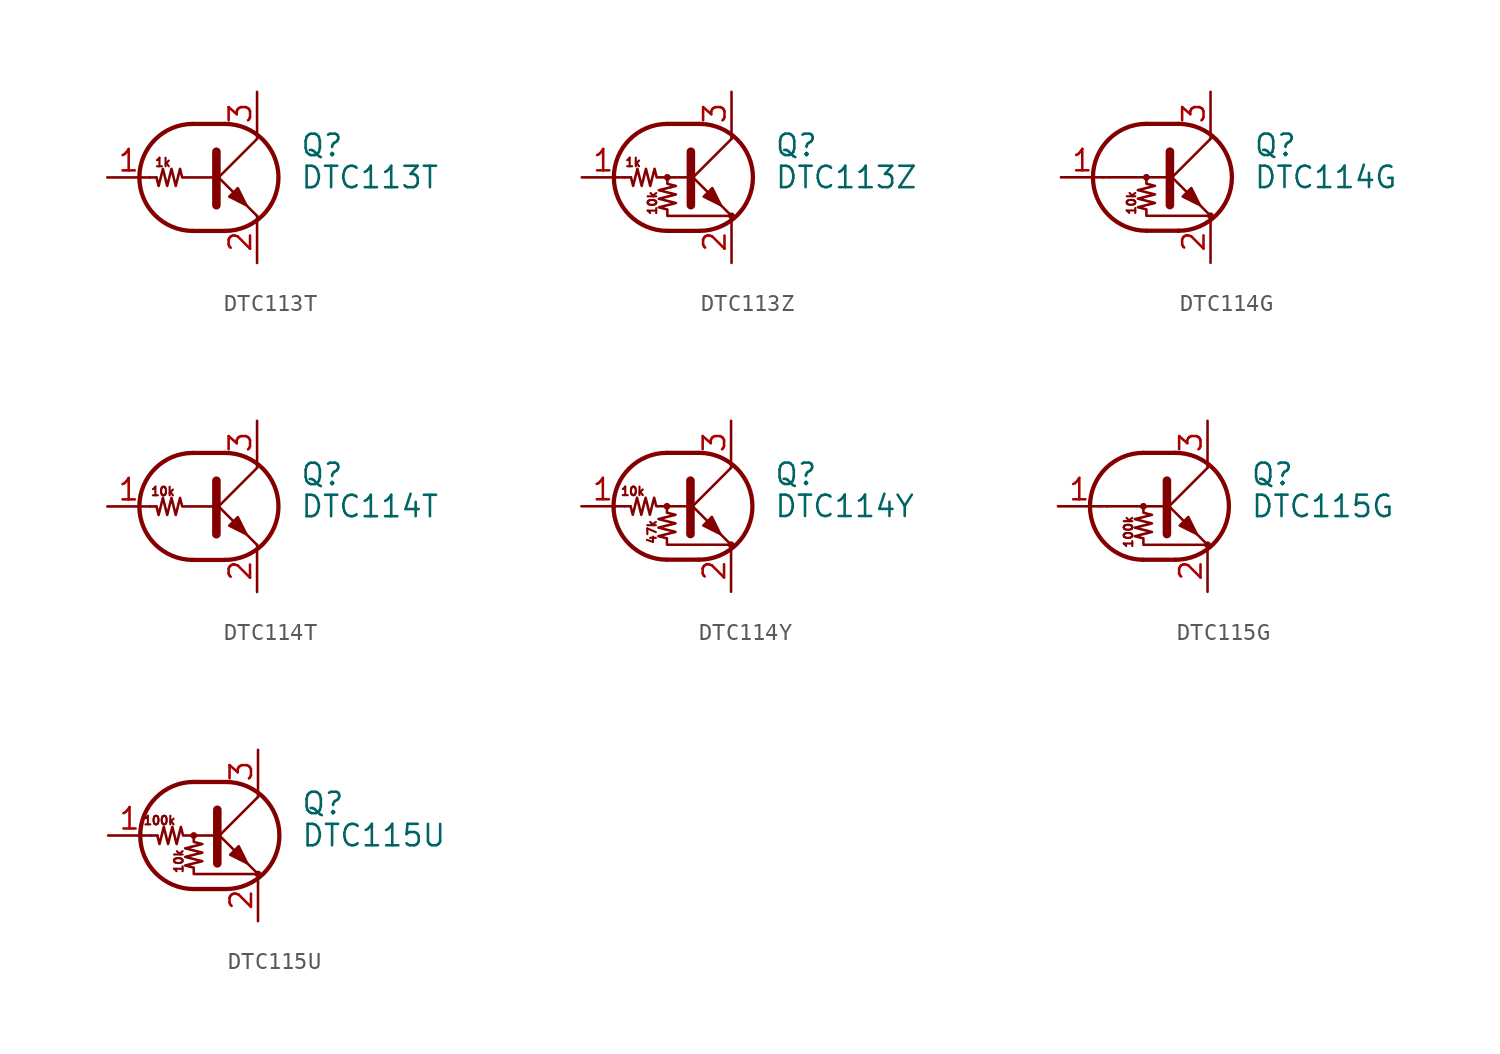
<source format=kicad_sym>
(kicad_symbol_lib
  (version 20241209)
  (generator "kicad_symbol_editor")
  (generator_version "9.0")
  (symbol "DTC113T"
    (pin_names
      (offset 0)
      (hide yes))
    (property "Reference" "Q"
      (at 5.08 1.905 0)
      (effects (font (size 1.27 1.27)) (justify left)))
    (property "Value" "DTC113T"
      (at 5.08 0 0)
      (effects (font (size 1.27 1.27)) (justify left)))
    (symbol "DTC113T_0_0"
      (polyline (pts (xy 2.54 -2.286) (xy 2.54 -2.54)) (stroke (width 0) (type default)) (fill (type none)))
      (text "1k" (at -3.048 0.889 0) (effects (font (size 0.508 0.508)))))
    (symbol "DTC113T_0_1"
      (polyline (pts (xy -3.429 0) (xy -3.81 0)) (stroke (width 0) (type default)) (fill (type none)))
      (polyline (pts (xy -1.27 3.175) (xy 0.635 3.175)) (stroke (width 0.254) (type default)) (fill (type none)))
      (polyline (pts (xy -1.27 -3.175) (xy 0.635 -3.175)) (stroke (width 0.254) (type default)) (fill (type none)))
      (arc (start -1.27 -3.175) (mid -4.4312 0) (end -1.27 3.175) (stroke (width 0.254) (type default)) (fill (type none)))
      (polyline (pts (xy 0 0) (xy -1.905 0) (xy -2.032 0.508) (xy -2.286 -0.508) (xy -2.54 0.508) (xy -2.794 -0.508) (xy -3.048 0.508) (xy -3.302 -0.508) (xy -3.429 0)) (stroke (width 0) (type default)) (fill (type none)))
      (polyline (pts (xy 0 -0.254) (xy 2.54 2.286)) (stroke (width 0) (type default)) (fill (type none)))
      (polyline (pts (xy 0.127 1.524) (xy 0.127 -1.651)) (stroke (width 0.508) (type default)) (fill (type outline)))
      (arc (start 0.635 3.175) (mid 3.7962 0) (end 0.635 -3.175) (stroke (width 0.254) (type default)) (fill (type none)))
      (polyline (pts (xy 0.889 -1.143) (xy 1.397 -0.635) (xy 1.905 -1.651) (xy 0.889 -1.143)) (stroke (width 0) (type default)) (fill (type outline)))
      (polyline (pts (xy 2.54 2.286) (xy 2.54 2.54)) (stroke (width 0) (type default)) (fill (type none)))
      (polyline (pts (xy 2.54 -2.286) (xy 0 0.254) (xy 0 0.254)) (stroke (width 0) (type default)) (fill (type none))))
    (symbol "DTC113T_1_1"
      (pin input line (at -6.35 0 0) (length 2.54) (name "B" (effects (font (size 1.27 1.27)))) (number "1" (effects (font (size 1.27 1.27)))))
      (pin passive line (at 2.54 5.08 270) (length 2.54) (name "C" (effects (font (size 1.27 1.27)))) (number "3" (effects (font (size 1.27 1.27)))))
      (pin passive line (at 2.54 -5.08 90) (length 2.54) (name "E" (effects (font (size 1.27 1.27)))) (number "2" (effects (font (size 1.27 1.27)))))))
  (symbol "DTC113Z"
    (pin_names
      (offset 0)
      (hide yes))
    (property "Reference" "Q"
      (at 5.08 1.905 0)
      (effects (font (size 1.27 1.27)) (justify left)))
    (property "Value" "DTC113Z"
      (at 5.08 0 0)
      (effects (font (size 1.27 1.27)) (justify left)))
    (symbol "DTC113Z_0_0"
      (text "1k" (at -3.302 0.889 0) (effects (font (size 0.508 0.508))))
      (text "10k" (at -2.159 -1.524 900) (effects (font (size 0.508 0.508)))))
    (symbol "DTC113Z_0_1"
      (polyline (pts (xy -3.429 0) (xy -3.81 0)) (stroke (width 0) (type default)) (fill (type none)))
      (polyline (pts (xy -1.27 3.175) (xy 0.635 3.175)) (stroke (width 0.254) (type default)) (fill (type none)))
      (circle (center -1.27 0) (radius 0.127) (stroke (width 0) (type default)) (fill (type none)))
      (polyline (pts (xy -1.27 0) (xy -1.27 -0.381) (xy -0.762 -0.508) (xy -1.778 -0.762) (xy -0.762 -1.016) (xy -1.778 -1.27) (xy -0.762 -1.524) (xy -1.778 -1.778) (xy -1.27 -1.905) (xy -1.27 -2.286) (xy 2.54 -2.286)) (stroke (width 0) (type default)) (fill (type none)))
      (polyline (pts (xy -1.27 -3.175) (xy 0.635 -3.175)) (stroke (width 0.254) (type default)) (fill (type none)))
      (arc (start -1.27 -3.175) (mid -4.4312 0) (end -1.27 3.175) (stroke (width 0.254) (type default)) (fill (type none)))
      (polyline (pts (xy 0 0) (xy -1.905 0) (xy -2.032 0.508) (xy -2.286 -0.508) (xy -2.54 0.508) (xy -2.794 -0.508) (xy -3.048 0.508) (xy -3.302 -0.508) (xy -3.429 0)) (stroke (width 0) (type default)) (fill (type none)))
      (polyline (pts (xy 0 -0.254) (xy 2.54 2.286)) (stroke (width 0) (type default)) (fill (type none)))
      (polyline (pts (xy 0.127 1.524) (xy 0.127 -1.651)) (stroke (width 0.508) (type default)) (fill (type outline)))
      (arc (start 0.635 3.175) (mid 3.7962 0) (end 0.635 -3.175) (stroke (width 0.254) (type default)) (fill (type none)))
      (polyline (pts (xy 0.889 -1.143) (xy 1.397 -0.635) (xy 1.905 -1.651) (xy 0.889 -1.143)) (stroke (width 0) (type default)) (fill (type outline)))
      (polyline (pts (xy 2.54 2.286) (xy 2.54 2.54)) (stroke (width 0) (type default)) (fill (type none)))
      (polyline (pts (xy 2.54 -2.286) (xy 0 0.254) (xy 0 0.254)) (stroke (width 0) (type default)) (fill (type none)))
      (circle (center 2.54 -2.286) (radius 0.127) (stroke (width 0) (type default)) (fill (type none))))
    (symbol "DTC113Z_1_1"
      (pin input line (at -6.35 0 0) (length 2.54) (name "B" (effects (font (size 1.27 1.27)))) (number "1" (effects (font (size 1.27 1.27)))))
      (pin passive line (at 2.54 5.08 270) (length 2.54) (name "C" (effects (font (size 1.27 1.27)))) (number "3" (effects (font (size 1.27 1.27)))))
      (pin passive line (at 2.54 -5.08 90) (length 2.54) (name "E" (effects (font (size 1.27 1.27)))) (number "2" (effects (font (size 1.27 1.27)))))))
  (symbol "DTC114G"
    (pin_names
      (offset 0)
      (hide yes))
    (property "Reference" "Q"
      (at 5.08 1.905 0)
      (effects (font (size 1.27 1.27)) (justify left)))
    (property "Value" "DTC114G"
      (at 5.08 0 0)
      (effects (font (size 1.27 1.27)) (justify left)))
    (symbol "DTC114G_0_0"
      (polyline (pts (xy -3.429 0) (xy 0 0)) (stroke (width 0) (type default)) (fill (type none)))
      (text "10k" (at -2.159 -1.524 900) (effects (font (size 0.508 0.508)))))
    (symbol "DTC114G_0_1"
      (polyline (pts (xy -3.429 0) (xy -3.81 0)) (stroke (width 0) (type default)) (fill (type none)))
      (polyline (pts (xy -1.27 3.175) (xy 0.635 3.175)) (stroke (width 0.254) (type default)) (fill (type none)))
      (circle (center -1.27 0) (radius 0.127) (stroke (width 0) (type default)) (fill (type none)))
      (polyline (pts (xy -1.27 0) (xy -1.27 -0.381) (xy -0.762 -0.508) (xy -1.778 -0.762) (xy -0.762 -1.016) (xy -1.778 -1.27) (xy -0.762 -1.524) (xy -1.778 -1.778) (xy -1.27 -1.905) (xy -1.27 -2.286) (xy 2.54 -2.286)) (stroke (width 0) (type default)) (fill (type none)))
      (polyline (pts (xy -1.27 -3.175) (xy 0.635 -3.175)) (stroke (width 0.254) (type default)) (fill (type none)))
      (arc (start -1.27 -3.175) (mid -4.4312 0) (end -1.27 3.175) (stroke (width 0.254) (type default)) (fill (type none)))
      (polyline (pts (xy 0 -0.254) (xy 2.54 2.286)) (stroke (width 0) (type default)) (fill (type none)))
      (polyline (pts (xy 0.127 1.524) (xy 0.127 -1.651)) (stroke (width 0.508) (type default)) (fill (type outline)))
      (arc (start 0.635 3.175) (mid 3.7962 0) (end 0.635 -3.175) (stroke (width 0.254) (type default)) (fill (type none)))
      (polyline (pts (xy 0.889 -1.143) (xy 1.397 -0.635) (xy 1.905 -1.651) (xy 0.889 -1.143)) (stroke (width 0) (type default)) (fill (type outline)))
      (polyline (pts (xy 2.54 2.286) (xy 2.54 2.54)) (stroke (width 0) (type default)) (fill (type none)))
      (polyline (pts (xy 2.54 -2.286) (xy 0 0.254) (xy 0 0.254)) (stroke (width 0) (type default)) (fill (type none)))
      (circle (center 2.54 -2.286) (radius 0.127) (stroke (width 0) (type default)) (fill (type none))))
    (symbol "DTC114G_1_1"
      (pin input line (at -6.35 0 0) (length 2.54) (name "B" (effects (font (size 1.27 1.27)))) (number "1" (effects (font (size 1.27 1.27)))))
      (pin passive line (at 2.54 5.08 270) (length 2.54) (name "C" (effects (font (size 1.27 1.27)))) (number "3" (effects (font (size 1.27 1.27)))))
      (pin passive line (at 2.54 -5.08 90) (length 2.54) (name "E" (effects (font (size 1.27 1.27)))) (number "2" (effects (font (size 1.27 1.27)))))))
  (symbol "DTC114T"
    (pin_names
      (offset 0)
      (hide yes))
    (property "Reference" "Q"
      (at 5.08 1.905 0)
      (effects (font (size 1.27 1.27)) (justify left)))
    (property "Value" "DTC114T"
      (at 5.08 0 0)
      (effects (font (size 1.27 1.27)) (justify left)))
    (symbol "DTC114T_0_0"
      (polyline (pts (xy 2.54 -2.286) (xy 2.54 -2.54)) (stroke (width 0) (type default)) (fill (type none)))
      (text "10k" (at -3.048 0.889 0) (effects (font (size 0.508 0.508)))))
    (symbol "DTC114T_0_1"
      (polyline (pts (xy -3.429 0) (xy -3.81 0)) (stroke (width 0) (type default)) (fill (type none)))
      (polyline (pts (xy -1.27 3.175) (xy 0.635 3.175)) (stroke (width 0.254) (type default)) (fill (type none)))
      (polyline (pts (xy -1.27 -3.175) (xy 0.635 -3.175)) (stroke (width 0.254) (type default)) (fill (type none)))
      (arc (start -1.27 -3.175) (mid -4.4312 0) (end -1.27 3.175) (stroke (width 0.254) (type default)) (fill (type none)))
      (polyline (pts (xy 0 0) (xy -1.905 0) (xy -2.032 0.508) (xy -2.286 -0.508) (xy -2.54 0.508) (xy -2.794 -0.508) (xy -3.048 0.508) (xy -3.302 -0.508) (xy -3.429 0)) (stroke (width 0) (type default)) (fill (type none)))
      (polyline (pts (xy 0 -0.254) (xy 2.54 2.286)) (stroke (width 0) (type default)) (fill (type none)))
      (polyline (pts (xy 0.127 1.524) (xy 0.127 -1.651)) (stroke (width 0.508) (type default)) (fill (type outline)))
      (arc (start 0.635 3.175) (mid 3.7962 0) (end 0.635 -3.175) (stroke (width 0.254) (type default)) (fill (type none)))
      (polyline (pts (xy 0.889 -1.143) (xy 1.397 -0.635) (xy 1.905 -1.651) (xy 0.889 -1.143)) (stroke (width 0) (type default)) (fill (type outline)))
      (polyline (pts (xy 2.54 2.286) (xy 2.54 2.54)) (stroke (width 0) (type default)) (fill (type none)))
      (polyline (pts (xy 2.54 -2.286) (xy 0 0.254) (xy 0 0.254)) (stroke (width 0) (type default)) (fill (type none))))
    (symbol "DTC114T_1_1"
      (pin input line (at -6.35 0 0) (length 2.54) (name "B" (effects (font (size 1.27 1.27)))) (number "1" (effects (font (size 1.27 1.27)))))
      (pin passive line (at 2.54 5.08 270) (length 2.54) (name "C" (effects (font (size 1.27 1.27)))) (number "3" (effects (font (size 1.27 1.27)))))
      (pin passive line (at 2.54 -5.08 90) (length 2.54) (name "E" (effects (font (size 1.27 1.27)))) (number "2" (effects (font (size 1.27 1.27)))))))
  (symbol "DTC114Y"
    (pin_names
      (offset 0)
      (hide yes))
    (property "Reference" "Q"
      (at 5.08 1.905 0)
      (effects (font (size 1.27 1.27)) (justify left)))
    (property "Value" "DTC114Y"
      (at 5.08 0 0)
      (effects (font (size 1.27 1.27)) (justify left)))
    (symbol "DTC114Y_0_0"
      (text "10k" (at -3.302 0.889 0) (effects (font (size 0.508 0.508))))
      (text "47k" (at -2.159 -1.524 900) (effects (font (size 0.508 0.508)))))
    (symbol "DTC114Y_0_1"
      (polyline (pts (xy -3.429 0) (xy -3.81 0)) (stroke (width 0) (type default)) (fill (type none)))
      (polyline (pts (xy -1.27 3.175) (xy 0.635 3.175)) (stroke (width 0.254) (type default)) (fill (type none)))
      (circle (center -1.27 0) (radius 0.127) (stroke (width 0) (type default)) (fill (type none)))
      (polyline (pts (xy -1.27 0) (xy -1.27 -0.381) (xy -0.762 -0.508) (xy -1.778 -0.762) (xy -0.762 -1.016) (xy -1.778 -1.27) (xy -0.762 -1.524) (xy -1.778 -1.778) (xy -1.27 -1.905) (xy -1.27 -2.286) (xy 2.54 -2.286)) (stroke (width 0) (type default)) (fill (type none)))
      (polyline (pts (xy -1.27 -3.175) (xy 0.635 -3.175)) (stroke (width 0.254) (type default)) (fill (type none)))
      (arc (start -1.27 -3.175) (mid -4.4312 0) (end -1.27 3.175) (stroke (width 0.254) (type default)) (fill (type none)))
      (polyline (pts (xy 0 0) (xy -1.905 0) (xy -2.032 0.508) (xy -2.286 -0.508) (xy -2.54 0.508) (xy -2.794 -0.508) (xy -3.048 0.508) (xy -3.302 -0.508) (xy -3.429 0)) (stroke (width 0) (type default)) (fill (type none)))
      (polyline (pts (xy 0 -0.254) (xy 2.54 2.286)) (stroke (width 0) (type default)) (fill (type none)))
      (polyline (pts (xy 0.127 1.524) (xy 0.127 -1.651)) (stroke (width 0.508) (type default)) (fill (type outline)))
      (arc (start 0.635 3.175) (mid 3.7962 0) (end 0.635 -3.175) (stroke (width 0.254) (type default)) (fill (type none)))
      (polyline (pts (xy 0.889 -1.143) (xy 1.397 -0.635) (xy 1.905 -1.651) (xy 0.889 -1.143)) (stroke (width 0) (type default)) (fill (type outline)))
      (polyline (pts (xy 2.54 2.286) (xy 2.54 2.54)) (stroke (width 0) (type default)) (fill (type none)))
      (polyline (pts (xy 2.54 -2.286) (xy 0 0.254) (xy 0 0.254)) (stroke (width 0) (type default)) (fill (type none)))
      (circle (center 2.54 -2.286) (radius 0.127) (stroke (width 0) (type default)) (fill (type none))))
    (symbol "DTC114Y_1_1"
      (pin input line (at -6.35 0 0) (length 2.54) (name "B" (effects (font (size 1.27 1.27)))) (number "1" (effects (font (size 1.27 1.27)))))
      (pin passive line (at 2.54 5.08 270) (length 2.54) (name "C" (effects (font (size 1.27 1.27)))) (number "3" (effects (font (size 1.27 1.27)))))
      (pin passive line (at 2.54 -5.08 90) (length 2.54) (name "E" (effects (font (size 1.27 1.27)))) (number "2" (effects (font (size 1.27 1.27)))))))
  (symbol "DTC115G"
    (pin_names
      (offset 0)
      (hide yes))
    (property "Reference" "Q"
      (at 5.08 1.905 0)
      (effects (font (size 1.27 1.27)) (justify left)))
    (property "Value" "DTC115G"
      (at 5.08 0 0)
      (effects (font (size 1.27 1.27)) (justify left)))
    (symbol "DTC115G_0_0"
      (polyline (pts (xy -3.429 0) (xy 0 0)) (stroke (width 0) (type default)) (fill (type none)))
      (text "100k" (at -2.159 -1.524 900) (effects (font (size 0.508 0.508)))))
    (symbol "DTC115G_0_1"
      (polyline (pts (xy -3.429 0) (xy -3.81 0)) (stroke (width 0) (type default)) (fill (type none)))
      (polyline (pts (xy -1.27 3.175) (xy 0.635 3.175)) (stroke (width 0.254) (type default)) (fill (type none)))
      (circle (center -1.27 0) (radius 0.127) (stroke (width 0) (type default)) (fill (type none)))
      (polyline (pts (xy -1.27 0) (xy -1.27 -0.381) (xy -0.762 -0.508) (xy -1.778 -0.762) (xy -0.762 -1.016) (xy -1.778 -1.27) (xy -0.762 -1.524) (xy -1.778 -1.778) (xy -1.27 -1.905) (xy -1.27 -2.286) (xy 2.54 -2.286)) (stroke (width 0) (type default)) (fill (type none)))
      (polyline (pts (xy -1.27 -3.175) (xy 0.635 -3.175)) (stroke (width 0.254) (type default)) (fill (type none)))
      (arc (start -1.27 -3.175) (mid -4.4312 0) (end -1.27 3.175) (stroke (width 0.254) (type default)) (fill (type none)))
      (polyline (pts (xy 0 -0.254) (xy 2.54 2.286)) (stroke (width 0) (type default)) (fill (type none)))
      (polyline (pts (xy 0.127 1.524) (xy 0.127 -1.651)) (stroke (width 0.508) (type default)) (fill (type outline)))
      (arc (start 0.635 3.175) (mid 3.7962 0) (end 0.635 -3.175) (stroke (width 0.254) (type default)) (fill (type none)))
      (polyline (pts (xy 0.889 -1.143) (xy 1.397 -0.635) (xy 1.905 -1.651) (xy 0.889 -1.143)) (stroke (width 0) (type default)) (fill (type outline)))
      (polyline (pts (xy 2.54 2.286) (xy 2.54 2.54)) (stroke (width 0) (type default)) (fill (type none)))
      (polyline (pts (xy 2.54 -2.286) (xy 0 0.254) (xy 0 0.254)) (stroke (width 0) (type default)) (fill (type none)))
      (circle (center 2.54 -2.286) (radius 0.127) (stroke (width 0) (type default)) (fill (type none))))
    (symbol "DTC115G_1_1"
      (pin input line (at -6.35 0 0) (length 2.54) (name "B" (effects (font (size 1.27 1.27)))) (number "1" (effects (font (size 1.27 1.27)))))
      (pin passive line (at 2.54 5.08 270) (length 2.54) (name "C" (effects (font (size 1.27 1.27)))) (number "3" (effects (font (size 1.27 1.27)))))
      (pin passive line (at 2.54 -5.08 90) (length 2.54) (name "E" (effects (font (size 1.27 1.27)))) (number "2" (effects (font (size 1.27 1.27)))))))
  (symbol "DTC115U"
    (pin_names
      (offset 0)
      (hide yes))
    (property "Reference" "Q"
      (at 5.08 1.905 0)
      (effects (font (size 1.27 1.27)) (justify left)))
    (property "Value" "DTC115U"
      (at 5.08 0 0)
      (effects (font (size 1.27 1.27)) (justify left)))
    (symbol "DTC115U_0_0"
      (text "100k" (at -3.302 0.889 0) (effects (font (size 0.508 0.508))))
      (text "10k" (at -2.159 -1.524 900) (effects (font (size 0.508 0.508)))))
    (symbol "DTC115U_0_1"
      (polyline (pts (xy -3.429 0) (xy -3.81 0)) (stroke (width 0) (type default)) (fill (type none)))
      (polyline (pts (xy -1.27 3.175) (xy 0.635 3.175)) (stroke (width 0.254) (type default)) (fill (type none)))
      (circle (center -1.27 0) (radius 0.127) (stroke (width 0) (type default)) (fill (type none)))
      (polyline (pts (xy -1.27 0) (xy -1.27 -0.381) (xy -0.762 -0.508) (xy -1.778 -0.762) (xy -0.762 -1.016) (xy -1.778 -1.27) (xy -0.762 -1.524) (xy -1.778 -1.778) (xy -1.27 -1.905) (xy -1.27 -2.286) (xy 2.54 -2.286)) (stroke (width 0) (type default)) (fill (type none)))
      (polyline (pts (xy -1.27 -3.175) (xy 0.635 -3.175)) (stroke (width 0.254) (type default)) (fill (type none)))
      (arc (start -1.27 -3.175) (mid -4.4312 0) (end -1.27 3.175) (stroke (width 0.254) (type default)) (fill (type none)))
      (polyline (pts (xy 0 0) (xy -1.905 0) (xy -2.032 0.508) (xy -2.286 -0.508) (xy -2.54 0.508) (xy -2.794 -0.508) (xy -3.048 0.508) (xy -3.302 -0.508) (xy -3.429 0)) (stroke (width 0) (type default)) (fill (type none)))
      (polyline (pts (xy 0 -0.254) (xy 2.54 2.286)) (stroke (width 0) (type default)) (fill (type none)))
      (polyline (pts (xy 0.127 1.524) (xy 0.127 -1.651)) (stroke (width 0.508) (type default)) (fill (type outline)))
      (arc (start 0.635 3.175) (mid 3.7962 0) (end 0.635 -3.175) (stroke (width 0.254) (type default)) (fill (type none)))
      (polyline (pts (xy 0.889 -1.143) (xy 1.397 -0.635) (xy 1.905 -1.651) (xy 0.889 -1.143)) (stroke (width 0) (type default)) (fill (type outline)))
      (polyline (pts (xy 2.54 2.286) (xy 2.54 2.54)) (stroke (width 0) (type default)) (fill (type none)))
      (polyline (pts (xy 2.54 -2.286) (xy 0 0.254) (xy 0 0.254)) (stroke (width 0) (type default)) (fill (type none)))
      (circle (center 2.54 -2.286) (radius 0.127) (stroke (width 0) (type default)) (fill (type none))))
    (symbol "DTC115U_1_1"
      (pin input line (at -6.35 0 0) (length 2.54) (name "B" (effects (font (size 1.27 1.27)))) (number "1" (effects (font (size 1.27 1.27)))))
      (pin passive line (at 2.54 5.08 270) (length 2.54) (name "C" (effects (font (size 1.27 1.27)))) (number "3" (effects (font (size 1.27 1.27)))))
      (pin passive line (at 2.54 -5.08 90) (length 2.54) (name "E" (effects (font (size 1.27 1.27)))) (number "2" (effects (font (size 1.27 1.27))))))))
</source>
